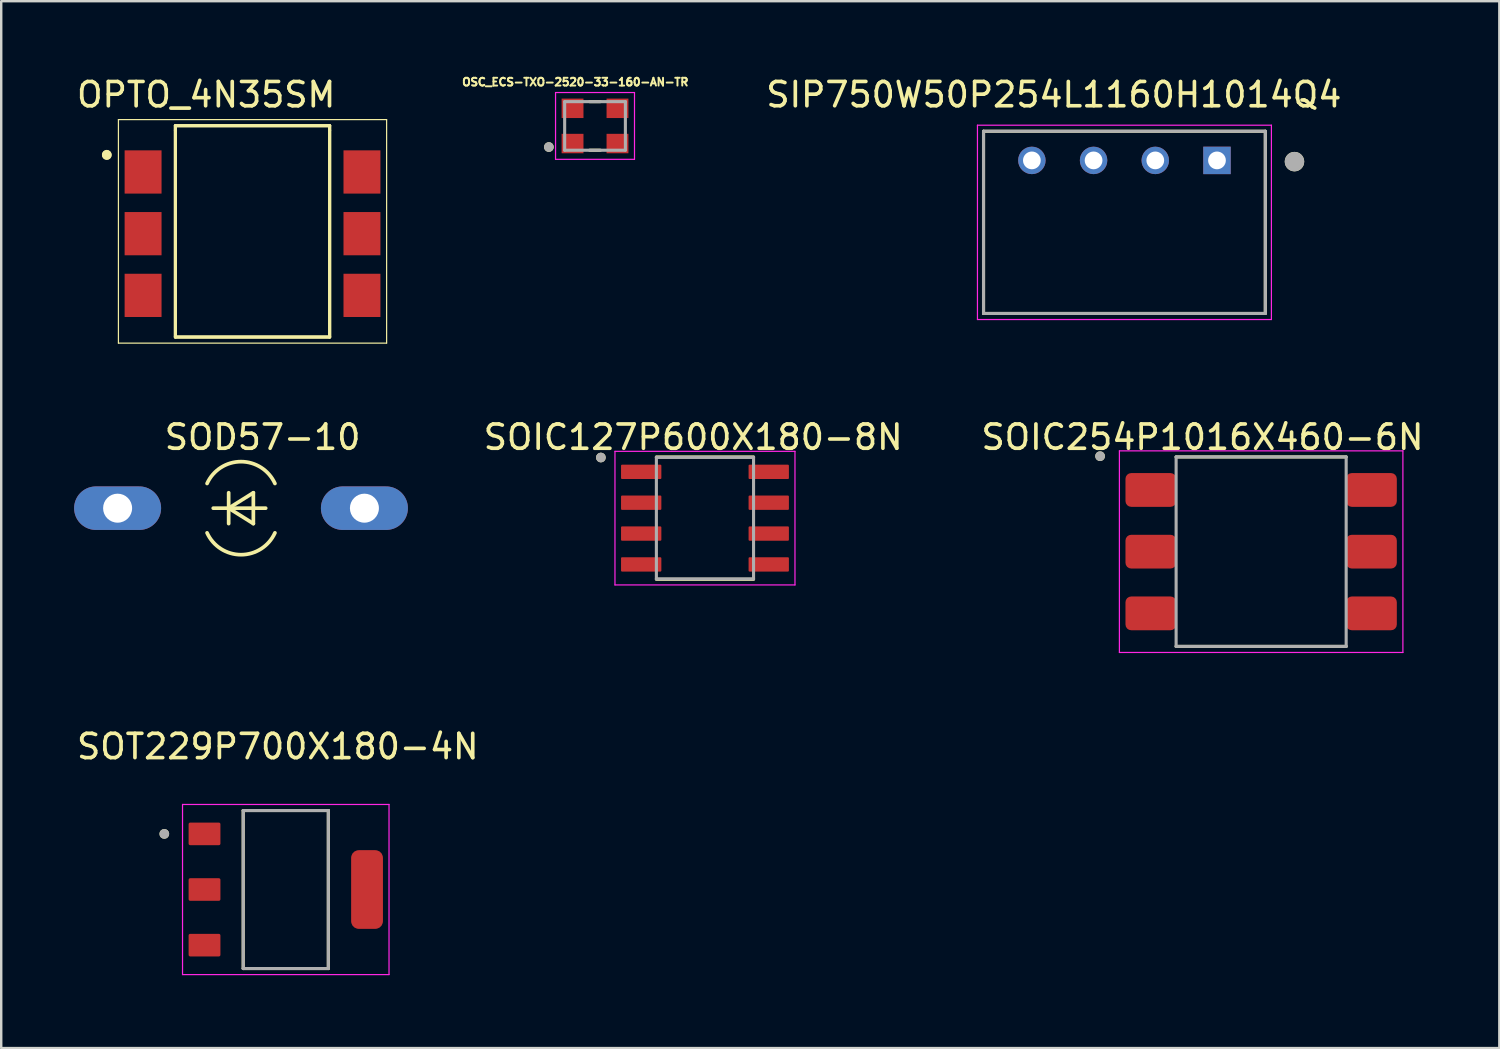
<source format=kicad_pcb>
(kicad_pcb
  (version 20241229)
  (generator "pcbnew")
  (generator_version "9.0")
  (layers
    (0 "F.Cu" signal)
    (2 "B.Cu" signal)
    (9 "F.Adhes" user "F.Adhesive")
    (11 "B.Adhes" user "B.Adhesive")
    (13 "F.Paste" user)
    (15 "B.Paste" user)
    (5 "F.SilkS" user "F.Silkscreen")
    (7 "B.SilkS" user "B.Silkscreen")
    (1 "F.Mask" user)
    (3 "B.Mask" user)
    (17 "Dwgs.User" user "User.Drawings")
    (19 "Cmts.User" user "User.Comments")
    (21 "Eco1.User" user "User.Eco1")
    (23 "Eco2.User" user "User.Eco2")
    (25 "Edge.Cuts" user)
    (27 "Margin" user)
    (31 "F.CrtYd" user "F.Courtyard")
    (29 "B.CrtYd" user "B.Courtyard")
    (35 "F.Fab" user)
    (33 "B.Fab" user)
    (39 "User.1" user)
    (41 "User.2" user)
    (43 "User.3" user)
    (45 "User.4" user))
  (footprint "SIP750W50P254L1160H1014Q4"
    (layer "F.Cu")
    (at 43.237 6.103)
    (property "Reference" "SIP750W50P254L1160H1014Q4" (at -2.905 -5.255 0) (layer "F.SilkS") (effects (font (size 1 1) (thickness 0.15))))
    (attr through_hole)
    (fp_line (start -5.8 -3.75) (end 5.8 -3.75) (stroke (width 0.127) (type solid)) (layer "F.SilkS"))
    (fp_line (start -5.8 3.75) (end -5.8 -3.75) (stroke (width 0.127) (type solid)) (layer "F.SilkS"))
    (fp_line (start 5.8 -3.75) (end 5.8 3.75) (stroke (width 0.127) (type solid)) (layer "F.SilkS"))
    (fp_line (start 5.8 3.75) (end -5.8 3.75) (stroke (width 0.127) (type solid)) (layer "F.SilkS"))
    (fp_circle (center 7 -2.5) (end 7.2 -2.5) (stroke (width 0.4) (type solid)) (fill no) (layer "F.SilkS"))
    (fp_line (start -6.05 -4) (end 6.05 -4) (stroke (width 0.05) (type solid)) (layer "F.CrtYd"))
    (fp_line (start -6.05 4) (end -6.05 -4) (stroke (width 0.05) (type solid)) (layer "F.CrtYd"))
    (fp_line (start 6.05 -4) (end 6.05 4) (stroke (width 0.05) (type solid)) (layer "F.CrtYd"))
    (fp_line (start 6.05 4) (end -6.05 4) (stroke (width 0.05) (type solid)) (layer "F.CrtYd"))
    (fp_line (start -5.8 -3.75) (end 5.8 -3.75) (stroke (width 0.127) (type solid)) (layer "F.Fab"))
    (fp_line (start -5.8 3.75) (end -5.8 -3.75) (stroke (width 0.127) (type solid)) (layer "F.Fab"))
    (fp_line (start 5.8 -3.75) (end 5.8 3.75) (stroke (width 0.127) (type solid)) (layer "F.Fab"))
    (fp_line (start 5.8 3.75) (end -5.8 3.75) (stroke (width 0.127) (type solid)) (layer "F.Fab"))
    (fp_circle (center 7 -2.5) (end 7.2 -2.5) (stroke (width 0.4) (type solid)) (fill no) (layer "F.Fab"))
    (pad "1" thru_hole rect (at 3.81 -2.55) (size 1.13 1.13) (drill 0.73) (layers "*.Cu" "*.Mask"))
    (pad "2" thru_hole circle (at 1.27 -2.55) (size 1.13 1.13) (drill 0.73) (layers "*.Cu" "*.Mask"))
    (pad "3" thru_hole circle (at -1.27 -2.55) (size 1.13 1.13) (drill 0.73) (layers "*.Cu" "*.Mask"))
    (pad "4" thru_hole circle (at -3.81 -2.55) (size 1.13 1.13) (drill 0.73) (layers "*.Cu" "*.Mask")))
  (footprint "SOT229P700X180-4N"
    (layer "F.Cu")
    (at 8.714 33.567)
    (property "Reference" "SOT229P700X180-4N" (at -0.328 -5.885 0) (layer "F.SilkS") (effects (font (size 1 1) (thickness 0.15))))
    (attr smd)
    (fp_line (start -1.752 -3.252) (end 1.752 -3.252) (stroke (width 0.127) (type solid)) (layer "F.SilkS"))
    (fp_line (start -1.752 3.252) (end -1.752 -3.252) (stroke (width 0.127) (type solid)) (layer "F.SilkS"))
    (fp_line (start 1.752 -3.252) (end 1.752 3.252) (stroke (width 0.127) (type solid)) (layer "F.SilkS"))
    (fp_line (start 1.752 3.252) (end -1.752 3.252) (stroke (width 0.127) (type solid)) (layer "F.SilkS"))
    (fp_circle (center -5 -2.29) (end -4.9 -2.29) (stroke (width 0.2) (type solid)) (fill no) (layer "F.SilkS"))
    (fp_line (start -4.25 -3.502) (end -4.25 3.502) (stroke (width 0.05) (type solid)) (layer "F.CrtYd"))
    (fp_line (start -4.25 3.502) (end 4.25 3.502) (stroke (width 0.05) (type solid)) (layer "F.CrtYd"))
    (fp_line (start 4.25 -3.502) (end -4.25 -3.502) (stroke (width 0.05) (type solid)) (layer "F.CrtYd"))
    (fp_line (start 4.25 3.502) (end 4.25 -3.502) (stroke (width 0.05) (type solid)) (layer "F.CrtYd"))
    (fp_line (start -1.752 -3.252) (end 1.752 -3.252) (stroke (width 0.127) (type solid)) (layer "F.Fab"))
    (fp_line (start -1.752 3.252) (end -1.752 -3.252) (stroke (width 0.127) (type solid)) (layer "F.Fab"))
    (fp_line (start 1.752 -3.252) (end 1.752 3.252) (stroke (width 0.127) (type solid)) (layer "F.Fab"))
    (fp_line (start 1.752 3.252) (end -1.752 3.252) (stroke (width 0.127) (type solid)) (layer "F.Fab"))
    (fp_circle (center -5 -2.29) (end -4.9 -2.29) (stroke (width 0.2) (type solid)) (fill no) (layer "F.Fab"))
    (pad "1" smd roundrect (at -3.345 -2.29) (size 1.31 0.93) (layers "F.Cu" "F.Mask" "F.Paste") (roundrect_rratio 0.07))
    (pad "2" smd roundrect (at -3.345 0) (size 1.31 0.93) (layers "F.Cu" "F.Mask" "F.Paste") (roundrect_rratio 0.07))
    (pad "3" smd roundrect (at -3.345 2.29) (size 1.31 0.93) (layers "F.Cu" "F.Mask" "F.Paste") (roundrect_rratio 0.07))
    (pad "4" smd roundrect (at 3.345 0) (size 1.31 3.24) (layers "F.Cu" "F.Mask" "F.Paste") (roundrect_rratio 0.24)))
  (footprint "OPTO_4N35SM"
    (layer "F.Cu")
    (at 7.345 6.569)
    (property "Reference" "OPTO_4N35SM" (at -1.907 -5.72 0) (layer "F.SilkS") (effects (font (size 1.001 1.001) (thickness 0.15))))
    (attr through_hole)
    (fp_line (start -5.52 -4.695) (end 5.52 -4.695) (stroke (width 0.05) (type solid)) (layer "F.SilkS"))
    (fp_line (start -5.52 4.505) (end -5.52 -4.695) (stroke (width 0.05) (type solid)) (layer "F.SilkS"))
    (fp_line (start -3.175 -4.445) (end -3.175 -4.255) (stroke (width 0.127) (type solid)) (layer "F.SilkS"))
    (fp_line (start -3.175 -4.445) (end 3.175 -4.445) (stroke (width 0.127) (type solid)) (layer "F.SilkS"))
    (fp_line (start -3.175 4.255) (end -3.175 -4.445) (stroke (width 0.127) (type solid)) (layer "F.SilkS"))
    (fp_line (start -3.175 4.255) (end -3.175 -4.255) (stroke (width 0.127) (type solid)) (layer "F.SilkS"))
    (fp_line (start -3.175 4.255) (end 3.175 4.255) (stroke (width 0.127) (type solid)) (layer "F.SilkS"))
    (fp_line (start 3.175 -4.445) (end -3.175 -4.445) (stroke (width 0.127) (type solid)) (layer "F.SilkS"))
    (fp_line (start 3.175 -4.445) (end 3.175 4.255) (stroke (width 0.127) (type solid)) (layer "F.SilkS"))
    (fp_line (start 3.175 -4.255) (end 3.175 -4.445) (stroke (width 0.127) (type solid)) (layer "F.SilkS"))
    (fp_line (start 3.175 4.255) (end -3.175 4.255) (stroke (width 0.127) (type solid)) (layer "F.SilkS"))
    (fp_line (start 3.175 4.255) (end 3.175 -4.255) (stroke (width 0.127) (type solid)) (layer "F.SilkS"))
    (fp_line (start 5.52 -4.695) (end 5.52 4.505) (stroke (width 0.05) (type solid)) (layer "F.SilkS"))
    (fp_line (start 5.52 4.505) (end -5.52 4.505) (stroke (width 0.05) (type solid)) (layer "F.SilkS"))
    (fp_circle (center -6 -3.25) (end -5.9 -3.25) (stroke (width 0.2) (type solid)) (fill no) (layer "F.SilkS"))
    (fp_circle (center -5.998 -3.235) (end -5.898 -3.235) (stroke (width 0.2) (type solid)) (fill no) (layer "F.SilkS"))
    (pad "1" smd rect (at -4.505 -2.54 90) (size 1.78 1.52) (layers "F.Cu" "F.Mask" "F.Paste"))
    (pad "2" smd rect (at -4.505 0 90) (size 1.78 1.52) (layers "F.Cu" "F.Mask" "F.Paste"))
    (pad "3" smd rect (at -4.505 2.54 90) (size 1.78 1.52) (layers "F.Cu" "F.Mask" "F.Paste"))
    (pad "4" smd rect (at 4.505 2.54 90) (size 1.78 1.52) (layers "F.Cu" "F.Mask" "F.Paste"))
    (pad "5" smd rect (at 4.505 0 90) (size 1.78 1.52) (layers "F.Cu" "F.Mask" "F.Paste"))
    (pad "6" smd rect (at 4.505 -2.54 90) (size 1.78 1.52) (layers "F.Cu" "F.Mask" "F.Paste")))
  (footprint "SOD57-10"
    (layer "F.Cu")
    (at 6.871 17.869)
    (property "Reference" "SOD57-10" (at 0.889 -2.922 0) (layer "F.SilkS") (effects (font (size 1 1) (thickness 0.15))))
    (attr through_hole)
    (fp_line (start -1.143 0) (end -0.508 0) (stroke (width 0.152) (type solid)) (layer "F.SilkS"))
    (fp_line (start -0.508 -0.635) (end -0.508 0) (stroke (width 0.152) (type solid)) (layer "F.SilkS"))
    (fp_line (start -0.508 0) (end -0.508 0.635) (stroke (width 0.152) (type solid)) (layer "F.SilkS"))
    (fp_line (start -0.508 0) (end 0.508 -0.635) (stroke (width 0.152) (type solid)) (layer "F.SilkS"))
    (fp_line (start -0.508 0) (end 1.016 0) (stroke (width 0.152) (type solid)) (layer "F.SilkS"))
    (fp_line (start 0.508 -0.635) (end 0.508 0.635) (stroke (width 0.152) (type solid)) (layer "F.SilkS"))
    (fp_line (start 0.508 0.635) (end -0.508 0) (stroke (width 0.152) (type solid)) (layer "F.SilkS"))
    (fp_arc (start -1.396866 -1.016295) (mid 0.000162 -1.915547) (end 1.397 -1.016) (stroke (width 0.1524) (type solid)) (layer "F.SilkS"))
    (fp_arc (start 1.397 1.016) (mid 0.000162 1.915547) (end -1.396866 1.016295) (stroke (width 0.1524) (type solid)) (layer "F.SilkS"))
    (pad "1" thru_hole oval (at -5.08 0) (size 3.581 1.791) (drill 1.194) (layers "*.Cu" "*.Mask"))
    (pad "2" thru_hole oval (at 5.08 0) (size 3.581 1.791) (drill 1.194) (layers "*.Cu" "*.Mask")))
  (footprint "OSC_ECS-TXO-2520-33-160-AN-TR"
    (layer "F.Cu")
    (at 21.444 2.134)
    (property "Reference" "OSC_ECS-TXO-2520-33-160-AN-TR" (at -0.812 -1.806 0) (layer "F.SilkS") (effects (font (size 0.32 0.32) (thickness 0.15))))
    (attr through_hole)
    (fp_line (start -0.221 -1) (end 0.221 -1) (stroke (width 0.127) (type solid)) (layer "F.SilkS"))
    (fp_line (start -0.221 1) (end 0.221 1) (stroke (width 0.127) (type solid)) (layer "F.SilkS"))
    (fp_circle (center -1.9 0.869) (end -1.8 0.869) (stroke (width 0.2) (type solid)) (fill no) (layer "F.SilkS"))
    (fp_line (start -1.625 -1.375) (end 1.625 -1.375) (stroke (width 0.05) (type solid)) (layer "F.CrtYd"))
    (fp_line (start -1.625 1.375) (end -1.625 -1.375) (stroke (width 0.05) (type solid)) (layer "F.CrtYd"))
    (fp_line (start 1.625 -1.375) (end 1.625 1.375) (stroke (width 0.05) (type solid)) (layer "F.CrtYd"))
    (fp_line (start 1.625 1.375) (end -1.625 1.375) (stroke (width 0.05) (type solid)) (layer "F.CrtYd"))
    (fp_line (start -1.25 -1) (end 1.25 -1) (stroke (width 0.127) (type solid)) (layer "F.Fab"))
    (fp_line (start -1.25 1) (end -1.25 -1) (stroke (width 0.127) (type solid)) (layer "F.Fab"))
    (fp_line (start 1.25 -1) (end 1.25 1) (stroke (width 0.127) (type solid)) (layer "F.Fab"))
    (fp_line (start 1.25 1) (end -1.25 1) (stroke (width 0.127) (type solid)) (layer "F.Fab"))
    (fp_circle (center -1.9 0.869) (end -1.8 0.869) (stroke (width 0.2) (type solid)) (fill no) (layer "F.Fab"))
    (pad "1" smd rect (at -0.925 0.725 180) (size 0.9 0.8) (layers "F.Cu" "F.Mask" "F.Paste"))
    (pad "2" smd rect (at 0.925 0.725 180) (size 0.9 0.8) (layers "F.Cu" "F.Mask" "F.Paste"))
    (pad "3" smd rect (at 0.925 -0.725 180) (size 0.9 0.8) (layers "F.Cu" "F.Mask" "F.Paste"))
    (pad "4" smd rect (at -0.925 -0.725 180) (size 0.9 0.8) (layers "F.Cu" "F.Mask" "F.Paste")))
  (footprint "SOIC127P600X180-8N"
    (layer "F.Cu")
    (at 25.97 18.279)
    (property "Reference" "SOIC127P600X180-8N" (at -0.485 -3.332 0) (layer "F.SilkS") (effects (font (size 1 1) (thickness 0.15))))
    (attr through_hole)
    (fp_line (start -2 -2.52) (end 2 -2.52) (stroke (width 0.127) (type solid)) (layer "F.SilkS"))
    (fp_line (start -2 2.52) (end 2 2.52) (stroke (width 0.127) (type solid)) (layer "F.SilkS"))
    (fp_circle (center -4.285 -2.495) (end -4.185 -2.495) (stroke (width 0.2) (type solid)) (fill no) (layer "F.SilkS"))
    (fp_line (start -3.705 -2.75) (end -3.705 2.75) (stroke (width 0.05) (type solid)) (layer "F.CrtYd"))
    (fp_line (start -3.705 -2.75) (end 3.705 -2.75) (stroke (width 0.05) (type solid)) (layer "F.CrtYd"))
    (fp_line (start -3.705 2.75) (end 3.705 2.75) (stroke (width 0.05) (type solid)) (layer "F.CrtYd"))
    (fp_line (start 3.705 -2.75) (end 3.705 2.75) (stroke (width 0.05) (type solid)) (layer "F.CrtYd"))
    (fp_line (start -2 -2.5) (end -2 2.5) (stroke (width 0.127) (type solid)) (layer "F.Fab"))
    (fp_line (start -2 -2.5) (end 2 -2.5) (stroke (width 0.127) (type solid)) (layer "F.Fab"))
    (fp_line (start -2 2.5) (end 2 2.5) (stroke (width 0.127) (type solid)) (layer "F.Fab"))
    (fp_line (start 2 -2.5) (end 2 2.5) (stroke (width 0.127) (type solid)) (layer "F.Fab"))
    (fp_circle (center -4.285 -2.495) (end -4.185 -2.495) (stroke (width 0.2) (type solid)) (fill no) (layer "F.Fab"))
    (pad "1" smd roundrect (at -2.625 -1.905) (size 1.66 0.59) (layers "F.Cu" "F.Mask" "F.Paste") (roundrect_rratio 0.07))
    (pad "2" smd roundrect (at -2.625 -0.635) (size 1.66 0.59) (layers "F.Cu" "F.Mask" "F.Paste") (roundrect_rratio 0.07))
    (pad "3" smd roundrect (at -2.625 0.635) (size 1.66 0.59) (layers "F.Cu" "F.Mask" "F.Paste") (roundrect_rratio 0.07))
    (pad "4" smd roundrect (at -2.625 1.905) (size 1.66 0.59) (layers "F.Cu" "F.Mask" "F.Paste") (roundrect_rratio 0.07))
    (pad "5" smd roundrect (at 2.625 1.905) (size 1.66 0.59) (layers "F.Cu" "F.Mask" "F.Paste") (roundrect_rratio 0.07))
    (pad "6" smd roundrect (at 2.625 0.635) (size 1.66 0.59) (layers "F.Cu" "F.Mask" "F.Paste") (roundrect_rratio 0.07))
    (pad "7" smd roundrect (at 2.625 -0.635) (size 1.66 0.59) (layers "F.Cu" "F.Mask" "F.Paste") (roundrect_rratio 0.07))
    (pad "8" smd roundrect (at 2.625 -1.905) (size 1.66 0.59) (layers "F.Cu" "F.Mask" "F.Paste") (roundrect_rratio 0.07)))
  (footprint "SOIC254P1016X460-6N"
    (layer "F.Cu")
    (at 48.865 19.659)
    (property "Reference" "SOIC254P1016X460-6N" (at -2.415 -4.712 0) (layer "F.SilkS") (effects (font (size 1 1) (thickness 0.15))))
    (attr smd)
    (fp_line (start -3.5 -3.9) (end 3.5 -3.9) (stroke (width 0.127) (type solid)) (layer "F.SilkS"))
    (fp_line (start -3.5 3.9) (end 3.5 3.9) (stroke (width 0.127) (type solid)) (layer "F.SilkS"))
    (fp_circle (center -6.63 -3.93) (end -6.53 -3.93) (stroke (width 0.2) (type solid)) (fill no) (layer "F.SilkS"))
    (fp_line (start -5.835 -4.15) (end -5.835 4.15) (stroke (width 0.05) (type solid)) (layer "F.CrtYd"))
    (fp_line (start -5.835 -4.15) (end 5.835 -4.15) (stroke (width 0.05) (type solid)) (layer "F.CrtYd"))
    (fp_line (start -5.835 4.15) (end 5.835 4.15) (stroke (width 0.05) (type solid)) (layer "F.CrtYd"))
    (fp_line (start 5.835 -4.15) (end 5.835 4.15) (stroke (width 0.05) (type solid)) (layer "F.CrtYd"))
    (fp_line (start -3.5 -3.9) (end -3.5 3.9) (stroke (width 0.127) (type solid)) (layer "F.Fab"))
    (fp_line (start -3.5 -3.9) (end 3.5 -3.9) (stroke (width 0.127) (type solid)) (layer "F.Fab"))
    (fp_line (start -3.5 3.9) (end 3.5 3.9) (stroke (width 0.127) (type solid)) (layer "F.Fab"))
    (fp_line (start 3.5 -3.9) (end 3.5 3.9) (stroke (width 0.127) (type solid)) (layer "F.Fab"))
    (fp_circle (center -6.63 -3.93) (end -6.53 -3.93) (stroke (width 0.2) (type solid)) (fill no) (layer "F.Fab"))
    (pad "1" smd roundrect (at -4.54 -2.54) (size 2.09 1.39) (layers "F.Cu" "F.Mask" "F.Paste") (roundrect_rratio 0.17))
    (pad "2" smd roundrect (at -4.54 0) (size 2.09 1.39) (layers "F.Cu" "F.Mask" "F.Paste") (roundrect_rratio 0.17))
    (pad "3" smd roundrect (at -4.54 2.54) (size 2.09 1.39) (layers "F.Cu" "F.Mask" "F.Paste") (roundrect_rratio 0.17))
    (pad "4" smd roundrect (at 4.54 2.54) (size 2.09 1.39) (layers "F.Cu" "F.Mask" "F.Paste") (roundrect_rratio 0.17))
    (pad "5" smd roundrect (at 4.54 0) (size 2.09 1.39) (layers "F.Cu" "F.Mask" "F.Paste") (roundrect_rratio 0.17))
    (pad "6" smd roundrect (at 4.54 -2.54) (size 2.09 1.39) (layers "F.Cu" "F.Mask" "F.Paste") (roundrect_rratio 0.17)))
  (gr_rect
    (start -3 -3)
    (end 58.67 40.095)
    (stroke (width 0.1) (type default))
    (fill no)
    (layer "Edge.Cuts")))
</source>
